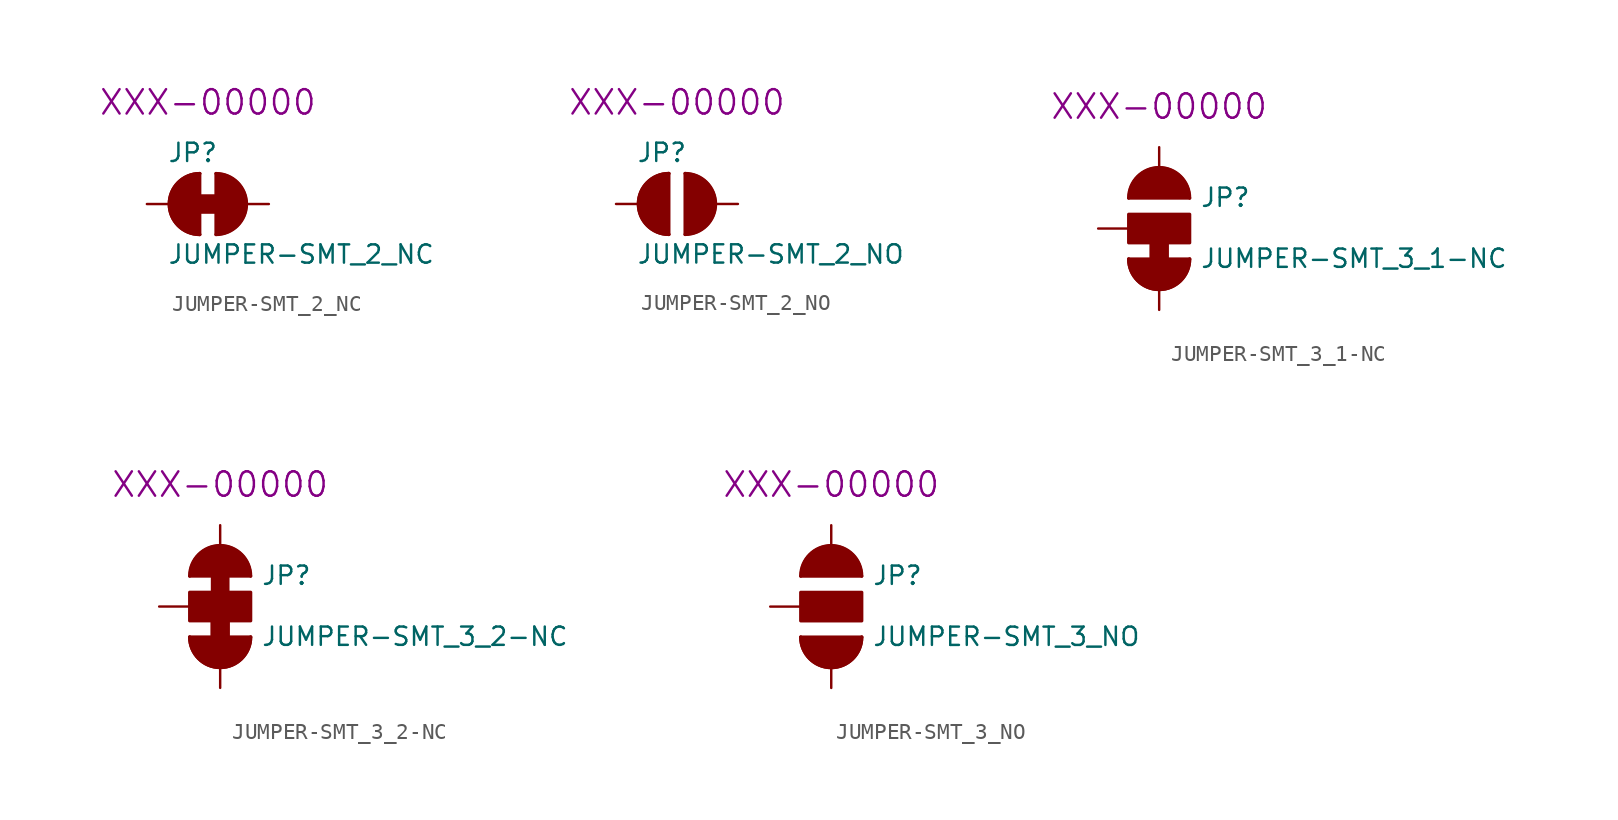
<source format=kicad_sym>
(kicad_symbol_lib
  (version 20201005)
  (generator kicad_symbol_editor)
  (symbol "JUMPER-SMT_2_NC"
    (pin_numbers hide)
    (pin_names
      (offset 1.016) hide)
    (property "Reference" "JP"
      (at -2.54 2.54 0)
      (effects (font (size 1.143 1.143)) (justify left bottom)))
    (property "Value" "JUMPER-SMT_2_NC"
      (at -2.54 -3.81 0)
      (effects (font (size 1.143 1.143)) (justify left bottom)))
    (property "PROD_ID" "XXX-00000"
      (at 0 6.35 0)
      (effects (font (size 1.524 1.524))))
    (property "ki_locked" ""
      (at 0 0 0)
      (effects (font (size 1.27 1.27))))
    (symbol "JUMPER-SMT_2_NC_0_1"
      (arc (start -0.508 1.905) (end -0.508 -1.905) (radius (at -0.508 0) (length 1.905) (angles 90.1 -90.1)) (stroke (width 0.2032)) (fill (type none)))
      (arc (start -0.508 1.905) (end -0.508 -1.905) (radius (at -0.508 0) (length 1.905) (angles 90.1 -90.1)) (stroke (width 0.2032)) (fill (type outline)))
      (arc (start 0.508 -1.905) (end 0.508 1.905) (radius (at 0.508 0) (length 1.905) (angles -89.9 89.9)) (stroke (width 0.2032)) (fill (type none)))
      (arc (start 0.508 -1.905) (end 0.508 1.905) (radius (at 0.508 0) (length 1.905) (angles -89.9 89.9)) (stroke (width 0)) (fill (type outline)))
      (rectangle (start -0.508 0.508) (end 0.508 -0.508) (stroke (width 0.203)) (fill (type outline)))
      (polyline (pts (xy -0.508 1.905) (xy -0.508 -1.905)) (stroke (width 0.203)) (fill (type none)))
      (polyline (pts (xy 0.508 1.905) (xy 0.508 -1.905)) (stroke (width 0.203)) (fill (type none))))
    (symbol "JUMPER-SMT_2_NC_1_1"
      (pin passive line (at -3.81 0 0) (length 2.54) (name "1" (effects (font (size 1.016 1.016)))) (number "1" (effects (font (size 1.016 1.016)))))
      (pin passive line (at 3.81 0 180) (length 2.54) (name "2" (effects (font (size 1.016 1.016)))) (number "2" (effects (font (size 1.016 1.016)))))))
  (symbol "JUMPER-SMT_2_NO"
    (pin_numbers hide)
    (pin_names
      (offset 1.016) hide)
    (property "Reference" "JP"
      (at -2.54 2.54 0)
      (effects (font (size 1.143 1.143)) (justify left bottom)))
    (property "Value" "JUMPER-SMT_2_NO"
      (at -2.54 -3.81 0)
      (effects (font (size 1.143 1.143)) (justify left bottom)))
    (property "PROD_ID" "XXX-00000"
      (at 0 6.35 0)
      (effects (font (size 1.524 1.524))))
    (property "ki_locked" ""
      (at 0 0 0)
      (effects (font (size 1.27 1.27))))
    (symbol "JUMPER-SMT_2_NO_0_1"
      (arc (start -0.508 1.905) (end -0.508 -1.905) (radius (at -0.508 0) (length 1.905) (angles 90.1 -90.1)) (stroke (width 0.2032)) (fill (type none)))
      (arc (start -0.508 1.905) (end -0.508 -1.905) (radius (at -0.508 0) (length 1.905) (angles 90.1 -90.1)) (stroke (width 0.2032)) (fill (type outline)))
      (arc (start 0.508 -1.905) (end 0.508 1.905) (radius (at 0.508 0) (length 1.905) (angles -89.9 89.9)) (stroke (width 0.2032)) (fill (type none)))
      (arc (start 0.508 -1.905) (end 0.508 1.905) (radius (at 0.508 0) (length 1.905) (angles -89.9 89.9)) (stroke (width 0)) (fill (type outline)))
      (polyline (pts (xy -0.508 1.905) (xy -0.508 -1.905)) (stroke (width 0.203)) (fill (type none)))
      (polyline (pts (xy 0.508 1.905) (xy 0.508 -1.905)) (stroke (width 0.203)) (fill (type none))))
    (symbol "JUMPER-SMT_2_NO_1_1"
      (pin passive line (at -3.81 0 0) (length 2.54) (name "1" (effects (font (size 1.016 1.016)))) (number "1" (effects (font (size 1.016 1.016)))))
      (pin passive line (at 3.81 0 180) (length 2.54) (name "2" (effects (font (size 1.016 1.016)))) (number "2" (effects (font (size 1.016 1.016)))))))
  (symbol "JUMPER-SMT_3_1-NC"
    (pin_numbers hide)
    (pin_names
      (offset 1.016) hide)
    (property "Reference" "JP"
      (at 2.54 1.27 0)
      (effects (font (size 1.143 1.143)) (justify left bottom)))
    (property "Value" "JUMPER-SMT_3_1-NC"
      (at 2.54 -2.54 0)
      (effects (font (size 1.143 1.143)) (justify left bottom)))
    (property "PROD_ID" "XXX-00000"
      (at 0 7.62 0)
      (effects (font (size 1.524 1.524))))
    (property "ki_locked" ""
      (at 0 0 0)
      (effects (font (size 1.27 1.27))))
    (symbol "JUMPER-SMT_3_1-NC_0_1"
      (arc (start -1.905 -1.905) (end 1.905 -1.905) (radius (at 0 -1.905) (length 1.905) (angles -179.9 -0.1)) (stroke (width 0.2032)) (fill (type none)))
      (arc (start -1.905 -1.905) (end 1.905 -1.905) (radius (at 0 -1.905) (length 1.905) (angles -179.9 -0.1)) (stroke (width 0.2032)) (fill (type outline)))
      (arc (start 1.905 1.905) (end -1.905 1.905) (radius (at 0 1.905) (length 1.905) (angles 0.1 179.9)) (stroke (width 0.2032)) (fill (type none)))
      (arc (start 1.905 1.905) (end -1.905 1.905) (radius (at 0 1.905) (length 1.905) (angles 0.1 179.9)) (stroke (width 0)) (fill (type outline)))
      (rectangle (start -0.508 -1.905) (end 0.508 -0.889) (stroke (width 0.203)) (fill (type outline)))
      (rectangle (start 1.905 -0.889) (end -1.905 0.889) (stroke (width 0.203)) (fill (type outline)))
      (polyline (pts (xy -1.905 -1.905) (xy 1.905 -1.905)) (stroke (width 0.203)) (fill (type none)))
      (polyline (pts (xy 1.905 1.905) (xy -1.905 1.905)) (stroke (width 0.203)) (fill (type none))))
    (symbol "JUMPER-SMT_3_1-NC_1_1"
      (pin passive line (at 0 5.08 270) (length 2.54) (name "1" (effects (font (size 1.016 1.016)))) (number "1" (effects (font (size 1.016 1.016)))))
      (pin passive line (at -3.81 0 0) (length 2.54) (name "2" (effects (font (size 1.016 1.016)))) (number "2" (effects (font (size 1.016 1.016)))))
      (pin passive line (at 0 -5.08 90) (length 2.54) (name "3" (effects (font (size 1.016 1.016)))) (number "3" (effects (font (size 1.016 1.016)))))))
  (symbol "JUMPER-SMT_3_2-NC"
    (pin_numbers hide)
    (pin_names
      (offset 1.016) hide)
    (property "Reference" "JP"
      (at 2.54 1.27 0)
      (effects (font (size 1.143 1.143)) (justify left bottom)))
    (property "Value" "JUMPER-SMT_3_2-NC"
      (at 2.54 -2.54 0)
      (effects (font (size 1.143 1.143)) (justify left bottom)))
    (property "PROD_ID" "XXX-00000"
      (at 0 7.62 0)
      (effects (font (size 1.524 1.524))))
    (property "ki_locked" ""
      (at 0 0 0)
      (effects (font (size 1.27 1.27))))
    (symbol "JUMPER-SMT_3_2-NC_0_1"
      (arc (start -1.905 -1.905) (end 1.905 -1.905) (radius (at 0 -1.905) (length 1.905) (angles -179.9 -0.1)) (stroke (width 0.2032)) (fill (type none)))
      (arc (start -1.905 -1.905) (end 1.905 -1.905) (radius (at 0 -1.905) (length 1.905) (angles -179.9 -0.1)) (stroke (width 0.2032)) (fill (type outline)))
      (arc (start 1.905 1.905) (end -1.905 1.905) (radius (at 0 1.905) (length 1.905) (angles 0.1 179.9)) (stroke (width 0)) (fill (type outline)))
      (arc (start 1.905 1.905) (end -1.905 1.905) (radius (at 0 1.905) (length 1.905) (angles 0.1 179.9)) (stroke (width 0.2032)) (fill (type none)))
      (rectangle (start -0.508 -1.905) (end 0.508 -0.889) (stroke (width 0.203)) (fill (type outline)))
      (rectangle (start -0.508 1.905) (end 0.508 0.889) (stroke (width 0)) (fill (type outline)))
      (rectangle (start 1.905 -0.889) (end -1.905 0.889) (stroke (width 0.203)) (fill (type outline)))
      (polyline (pts (xy -1.905 -1.905) (xy 1.905 -1.905)) (stroke (width 0.203)) (fill (type none)))
      (polyline (pts (xy 1.905 1.905) (xy -1.905 1.905)) (stroke (width 0.203)) (fill (type none))))
    (symbol "JUMPER-SMT_3_2-NC_1_1"
      (pin passive line (at 0 5.08 270) (length 2.54) (name "1" (effects (font (size 1.016 1.016)))) (number "1" (effects (font (size 1.016 1.016)))))
      (pin passive line (at -3.81 0 0) (length 2.54) (name "2" (effects (font (size 1.016 1.016)))) (number "2" (effects (font (size 1.016 1.016)))))
      (pin passive line (at 0 -5.08 90) (length 2.54) (name "3" (effects (font (size 1.016 1.016)))) (number "3" (effects (font (size 1.016 1.016)))))))
  (symbol "JUMPER-SMT_3_NO"
    (pin_numbers hide)
    (pin_names
      (offset 1.016) hide)
    (property "Reference" "JP"
      (at 2.54 1.27 0)
      (effects (font (size 1.143 1.143)) (justify left bottom)))
    (property "Value" "JUMPER-SMT_3_NO"
      (at 2.54 -2.54 0)
      (effects (font (size 1.143 1.143)) (justify left bottom)))
    (property "PROD_ID" "XXX-00000"
      (at 0 7.62 0)
      (effects (font (size 1.524 1.524))))
    (property "ki_locked" ""
      (at 0 0 0)
      (effects (font (size 1.27 1.27))))
    (symbol "JUMPER-SMT_3_NO_0_1"
      (arc (start -1.905 -1.905) (end 1.905 -1.905) (radius (at 0 -1.905) (length 1.905) (angles -179.9 -0.1)) (stroke (width 0.2032)) (fill (type none)))
      (arc (start -1.905 -1.905) (end 1.905 -1.905) (radius (at 0 -1.905) (length 1.905) (angles -179.9 -0.1)) (stroke (width 0.2032)) (fill (type outline)))
      (arc (start 1.905 1.905) (end -1.905 1.905) (radius (at 0 1.905) (length 1.905) (angles 0.1 179.9)) (stroke (width 0.2032)) (fill (type none)))
      (arc (start 1.905 1.905) (end -1.905 1.905) (radius (at 0 1.905) (length 1.905) (angles 0.1 179.9)) (stroke (width 0)) (fill (type outline)))
      (rectangle (start 1.905 -0.889) (end -1.905 0.889) (stroke (width 0.203)) (fill (type outline)))
      (polyline (pts (xy -1.905 -1.905) (xy 1.905 -1.905)) (stroke (width 0.203)) (fill (type none)))
      (polyline (pts (xy 1.905 1.905) (xy -1.905 1.905)) (stroke (width 0.203)) (fill (type none))))
    (symbol "JUMPER-SMT_3_NO_1_1"
      (pin passive line (at 0 5.08 270) (length 2.54) (name "1" (effects (font (size 1.016 1.016)))) (number "1" (effects (font (size 1.016 1.016)))))
      (pin passive line (at -3.81 0 0) (length 2.54) (name "2" (effects (font (size 1.016 1.016)))) (number "2" (effects (font (size 1.016 1.016)))))
      (pin passive line (at 0 -5.08 90) (length 2.54) (name "3" (effects (font (size 1.016 1.016)))) (number "3" (effects (font (size 1.016 1.016))))))))
</source>
